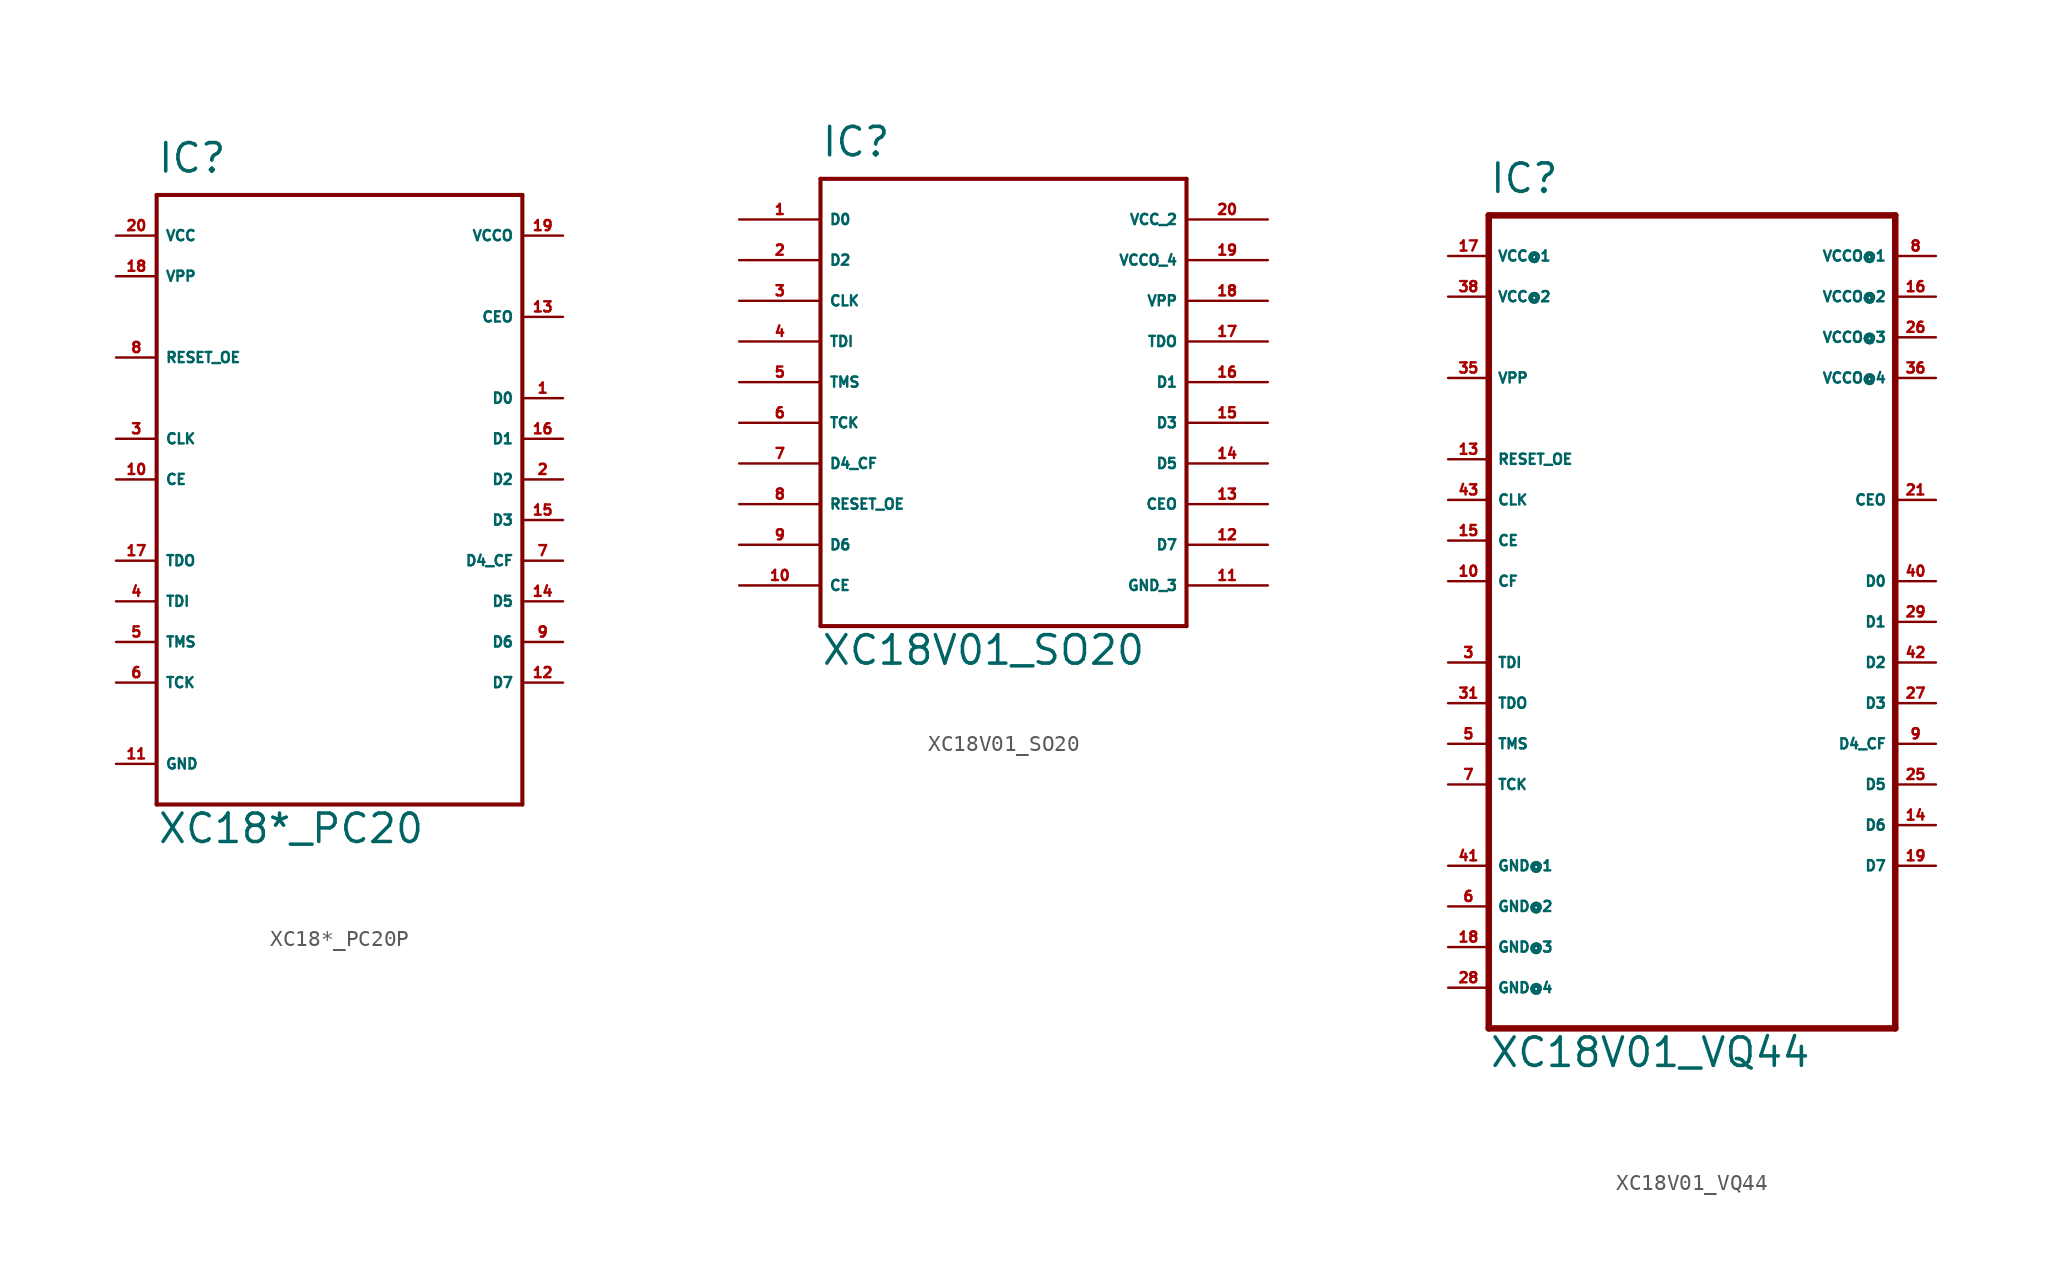
<source format=kicad_sym>
(kicad_symbol_lib
  (version 20220914)
  (generator Eagle2Kicad)
  (symbol "XC18*_PC20P"
    (property "Reference" "IC"
      (at -10.16 19.05 0)
      (effects (font (size 1.778 1.778) (thickness 0.22)) (justify left bottom)))
    (property "Value" "XC18*_PC20"
      (at -10.16 -22.86 0)
      (effects (font (size 1.778 1.778) (thickness 0.22)) (justify left bottom)))
    (polyline
      (pts (xy -10.16 -20.32) (xy 12.7 -20.32))
      (stroke (width 0.254) (type default))
      (fill (type none)))
    (polyline
      (pts (xy 12.7 -20.32) (xy 12.7 17.78))
      (stroke (width 0.254) (type default))
      (fill (type none)))
    (polyline
      (pts (xy 12.7 17.78) (xy -10.16 17.78))
      (stroke (width 0.254) (type default))
      (fill (type none)))
    (polyline
      (pts (xy -10.16 17.78) (xy -10.16 -20.32))
      (stroke (width 0.254) (type default))
      (fill (type none)))
    (pin input line
      (at -12.7 -7.62 0)
      (length 2.54)
      (name "TDI" (effects (font (size 0.635 0.635) (thickness 0.08)) (justify left bottom)))
      (number "4" (effects (font (size 0.635 0.635) (thickness 0.08)) (justify left bottom))))
    (pin input line
      (at -12.7 -10.16 0)
      (length 2.54)
      (name "TMS" (effects (font (size 0.635 0.635) (thickness 0.08)) (justify left bottom)))
      (number "5" (effects (font (size 0.635 0.635) (thickness 0.08)) (justify left bottom))))
    (pin input line
      (at -12.7 -12.7 0)
      (length 2.54)
      (name "TCK" (effects (font (size 0.635 0.635) (thickness 0.08)) (justify left bottom)))
      (number "6" (effects (font (size 0.635 0.635) (thickness 0.08)) (justify left bottom))))
    (pin bidirectional line
      (at 15.24 -5.08 180)
      (length 2.54)
      (name "D4_CF" (effects (font (size 0.635 0.635) (thickness 0.08)) (justify left bottom)))
      (number "7" (effects (font (size 0.635 0.635) (thickness 0.08)) (justify left bottom))))
    (pin bidirectional line
      (at -12.7 7.62 0)
      (length 2.54)
      (name "RESET_OE" (effects (font (size 0.635 0.635) (thickness 0.08)) (justify left bottom)))
      (number "8" (effects (font (size 0.635 0.635) (thickness 0.08)) (justify left bottom))))
    (pin bidirectional line
      (at 15.24 -10.16 180)
      (length 2.54)
      (name "D6" (effects (font (size 0.635 0.635) (thickness 0.08)) (justify left bottom)))
      (number "9" (effects (font (size 0.635 0.635) (thickness 0.08)) (justify left bottom))))
    (pin input line
      (at -12.7 0 0)
      (length 2.54)
      (name "CE" (effects (font (size 0.635 0.635) (thickness 0.08)) (justify left bottom)))
      (number "10" (effects (font (size 0.635 0.635) (thickness 0.08)) (justify left bottom))))
    (pin unspecified line
      (at -12.7 -17.78 0)
      (length 2.54)
      (name "GND" (effects (font (size 0.635 0.635) (thickness 0.08)) (justify left bottom)))
      (number "11" (effects (font (size 0.635 0.635) (thickness 0.08)) (justify left bottom))))
    (pin bidirectional line
      (at 15.24 -12.7 180)
      (length 2.54)
      (name "D7" (effects (font (size 0.635 0.635) (thickness 0.08)) (justify left bottom)))
      (number "12" (effects (font (size 0.635 0.635) (thickness 0.08)) (justify left bottom))))
    (pin output line
      (at 15.24 10.16 180)
      (length 2.54)
      (name "CEO" (effects (font (size 0.635 0.635) (thickness 0.08)) (justify left bottom)))
      (number "13" (effects (font (size 0.635 0.635) (thickness 0.08)) (justify left bottom))))
    (pin bidirectional line
      (at 15.24 -7.62 180)
      (length 2.54)
      (name "D5" (effects (font (size 0.635 0.635) (thickness 0.08)) (justify left bottom)))
      (number "14" (effects (font (size 0.635 0.635) (thickness 0.08)) (justify left bottom))))
    (pin bidirectional line
      (at 15.24 -2.54 180)
      (length 2.54)
      (name "D3" (effects (font (size 0.635 0.635) (thickness 0.08)) (justify left bottom)))
      (number "15" (effects (font (size 0.635 0.635) (thickness 0.08)) (justify left bottom))))
    (pin bidirectional line
      (at 15.24 2.54 180)
      (length 2.54)
      (name "D1" (effects (font (size 0.635 0.635) (thickness 0.08)) (justify left bottom)))
      (number "16" (effects (font (size 0.635 0.635) (thickness 0.08)) (justify left bottom))))
    (pin output line
      (at -12.7 -5.08 0)
      (length 2.54)
      (name "TDO" (effects (font (size 0.635 0.635) (thickness 0.08)) (justify left bottom)))
      (number "17" (effects (font (size 0.635 0.635) (thickness 0.08)) (justify left bottom))))
    (pin passive line
      (at -12.7 12.7 0)
      (length 2.54)
      (name "VPP" (effects (font (size 0.635 0.635) (thickness 0.08)) (justify left bottom)))
      (number "18" (effects (font (size 0.635 0.635) (thickness 0.08)) (justify left bottom))))
    (pin unspecified line
      (at 15.24 15.24 180)
      (length 2.54)
      (name "VCCO" (effects (font (size 0.635 0.635) (thickness 0.08)) (justify left bottom)))
      (number "19" (effects (font (size 0.635 0.635) (thickness 0.08)) (justify left bottom))))
    (pin unspecified line
      (at -12.7 15.24 0)
      (length 2.54)
      (name "VCC" (effects (font (size 0.635 0.635) (thickness 0.08)) (justify left bottom)))
      (number "20" (effects (font (size 0.635 0.635) (thickness 0.08)) (justify left bottom))))
    (pin bidirectional line
      (at 15.24 5.08 180)
      (length 2.54)
      (name "D0" (effects (font (size 0.635 0.635) (thickness 0.08)) (justify left bottom)))
      (number "1" (effects (font (size 0.635 0.635) (thickness 0.08)) (justify left bottom))))
    (pin bidirectional line
      (at 15.24 0 180)
      (length 2.54)
      (name "D2" (effects (font (size 0.635 0.635) (thickness 0.08)) (justify left bottom)))
      (number "2" (effects (font (size 0.635 0.635) (thickness 0.08)) (justify left bottom))))
    (pin input line
      (at -12.7 2.54 0)
      (length 2.54)
      (name "CLK" (effects (font (size 0.635 0.635) (thickness 0.08)) (justify left bottom)))
      (number "3" (effects (font (size 0.635 0.635) (thickness 0.08)) (justify left bottom)))))
  (symbol "XC18V01_SO20"
    (property "Reference" "IC"
      (at -10.16 13.97 0)
      (effects (font (size 1.778 1.778) (thickness 0.22)) (justify left bottom)))
    (property "Value" "XC18V01_SO20"
      (at -10.16 -17.78 0)
      (effects (font (size 1.778 1.778) (thickness 0.22)) (justify left bottom)))
    (polyline
      (pts (xy -10.16 -15.24) (xy 12.7 -15.24))
      (stroke (width 0.254) (type default))
      (fill (type none)))
    (polyline
      (pts (xy 12.7 -15.24) (xy 12.7 12.7))
      (stroke (width 0.254) (type default))
      (fill (type none)))
    (polyline
      (pts (xy 12.7 12.7) (xy -10.16 12.7))
      (stroke (width 0.254) (type default))
      (fill (type none)))
    (polyline
      (pts (xy -10.16 12.7) (xy -10.16 -15.24))
      (stroke (width 0.254) (type default))
      (fill (type none)))
    (pin input line
      (at -15.24 2.54 0)
      (length 5.08)
      (name "TDI" (effects (font (size 0.635 0.635) (thickness 0.08)) (justify left bottom)))
      (number "4" (effects (font (size 0.635 0.635) (thickness 0.08)) (justify left bottom))))
    (pin input line
      (at -15.24 0 0)
      (length 5.08)
      (name "TMS" (effects (font (size 0.635 0.635) (thickness 0.08)) (justify left bottom)))
      (number "5" (effects (font (size 0.635 0.635) (thickness 0.08)) (justify left bottom))))
    (pin input line
      (at -15.24 -2.54 0)
      (length 5.08)
      (name "TCK" (effects (font (size 0.635 0.635) (thickness 0.08)) (justify left bottom)))
      (number "6" (effects (font (size 0.635 0.635) (thickness 0.08)) (justify left bottom))))
    (pin output line
      (at -15.24 -5.08 0)
      (length 5.08)
      (name "D4_CF" (effects (font (size 0.635 0.635) (thickness 0.08)) (justify left bottom)))
      (number "7" (effects (font (size 0.635 0.635) (thickness 0.08)) (justify left bottom))))
    (pin bidirectional line
      (at -15.24 -7.62 0)
      (length 5.08)
      (name "RESET_OE" (effects (font (size 0.635 0.635) (thickness 0.08)) (justify left bottom)))
      (number "8" (effects (font (size 0.635 0.635) (thickness 0.08)) (justify left bottom))))
    (pin output line
      (at -15.24 -10.16 0)
      (length 5.08)
      (name "D6" (effects (font (size 0.635 0.635) (thickness 0.08)) (justify left bottom)))
      (number "9" (effects (font (size 0.635 0.635) (thickness 0.08)) (justify left bottom))))
    (pin input line
      (at -15.24 -12.7 0)
      (length 5.08)
      (name "CE" (effects (font (size 0.635 0.635) (thickness 0.08)) (justify left bottom)))
      (number "10" (effects (font (size 0.635 0.635) (thickness 0.08)) (justify left bottom))))
    (pin passive line
      (at 17.78 -12.7 180)
      (length 5.08)
      (name "GND_3" (effects (font (size 0.635 0.635) (thickness 0.08)) (justify left bottom)))
      (number "11" (effects (font (size 0.635 0.635) (thickness 0.08)) (justify left bottom))))
    (pin output line
      (at 17.78 -10.16 180)
      (length 5.08)
      (name "D7" (effects (font (size 0.635 0.635) (thickness 0.08)) (justify left bottom)))
      (number "12" (effects (font (size 0.635 0.635) (thickness 0.08)) (justify left bottom))))
    (pin output line
      (at 17.78 -7.62 180)
      (length 5.08)
      (name "CEO" (effects (font (size 0.635 0.635) (thickness 0.08)) (justify left bottom)))
      (number "13" (effects (font (size 0.635 0.635) (thickness 0.08)) (justify left bottom))))
    (pin output line
      (at 17.78 -5.08 180)
      (length 5.08)
      (name "D5" (effects (font (size 0.635 0.635) (thickness 0.08)) (justify left bottom)))
      (number "14" (effects (font (size 0.635 0.635) (thickness 0.08)) (justify left bottom))))
    (pin output line
      (at 17.78 -2.54 180)
      (length 5.08)
      (name "D3" (effects (font (size 0.635 0.635) (thickness 0.08)) (justify left bottom)))
      (number "15" (effects (font (size 0.635 0.635) (thickness 0.08)) (justify left bottom))))
    (pin output line
      (at 17.78 0 180)
      (length 5.08)
      (name "D1" (effects (font (size 0.635 0.635) (thickness 0.08)) (justify left bottom)))
      (number "16" (effects (font (size 0.635 0.635) (thickness 0.08)) (justify left bottom))))
    (pin output line
      (at 17.78 2.54 180)
      (length 5.08)
      (name "TDO" (effects (font (size 0.635 0.635) (thickness 0.08)) (justify left bottom)))
      (number "17" (effects (font (size 0.635 0.635) (thickness 0.08)) (justify left bottom))))
    (pin passive line
      (at 17.78 5.08 180)
      (length 5.08)
      (name "VPP" (effects (font (size 0.635 0.635) (thickness 0.08)) (justify left bottom)))
      (number "18" (effects (font (size 0.635 0.635) (thickness 0.08)) (justify left bottom))))
    (pin passive line
      (at 17.78 7.62 180)
      (length 5.08)
      (name "VCCO_4" (effects (font (size 0.635 0.635) (thickness 0.08)) (justify left bottom)))
      (number "19" (effects (font (size 0.635 0.635) (thickness 0.08)) (justify left bottom))))
    (pin passive line
      (at 17.78 10.16 180)
      (length 5.08)
      (name "VCC_2" (effects (font (size 0.635 0.635) (thickness 0.08)) (justify left bottom)))
      (number "20" (effects (font (size 0.635 0.635) (thickness 0.08)) (justify left bottom))))
    (pin output line
      (at -15.24 10.16 0)
      (length 5.08)
      (name "D0" (effects (font (size 0.635 0.635) (thickness 0.08)) (justify left bottom)))
      (number "1" (effects (font (size 0.635 0.635) (thickness 0.08)) (justify left bottom))))
    (pin output line
      (at -15.24 7.62 0)
      (length 5.08)
      (name "D2" (effects (font (size 0.635 0.635) (thickness 0.08)) (justify left bottom)))
      (number "2" (effects (font (size 0.635 0.635) (thickness 0.08)) (justify left bottom))))
    (pin input line
      (at -15.24 5.08 0)
      (length 5.08)
      (name "CLK" (effects (font (size 0.635 0.635) (thickness 0.08)) (justify left bottom)))
      (number "3" (effects (font (size 0.635 0.635) (thickness 0.08)) (justify left bottom)))))
  (symbol "XC18V01_VQ44"
    (property "Reference" "IC"
      (at -12.7 26.67 0)
      (effects (font (size 1.778 1.778) (thickness 0.22)) (justify left bottom)))
    (property "Value" "XC18V01_VQ44"
      (at -12.7 -27.94 0)
      (effects (font (size 1.778 1.778) (thickness 0.22)) (justify left bottom)))
    (polyline
      (pts (xy -12.7 -25.4) (xy 12.7 -25.4))
      (stroke (width 0.406) (type default))
      (fill (type none)))
    (polyline
      (pts (xy 12.7 -25.4) (xy 12.7 25.4))
      (stroke (width 0.406) (type default))
      (fill (type none)))
    (polyline
      (pts (xy 12.7 25.4) (xy -12.7 25.4))
      (stroke (width 0.406) (type default))
      (fill (type none)))
    (polyline
      (pts (xy -12.7 25.4) (xy -12.7 -25.4))
      (stroke (width 0.406) (type default))
      (fill (type none)))
    (pin input line
      (at -15.24 -2.54 0)
      (length 2.54)
      (name "TDI" (effects (font (size 0.635 0.635) (thickness 0.08)) (justify left bottom)))
      (number "3" (effects (font (size 0.635 0.635) (thickness 0.08)) (justify left bottom))))
    (pin input line
      (at -15.24 -7.62 0)
      (length 2.54)
      (name "TMS" (effects (font (size 0.635 0.635) (thickness 0.08)) (justify left bottom)))
      (number "5" (effects (font (size 0.635 0.635) (thickness 0.08)) (justify left bottom))))
    (pin unspecified line
      (at -15.24 -17.78 0)
      (length 2.54)
      (name "GND@2" (effects (font (size 0.635 0.635) (thickness 0.08)) (justify left bottom)))
      (number "6" (effects (font (size 0.635 0.635) (thickness 0.08)) (justify left bottom))))
    (pin input line
      (at -15.24 -10.16 0)
      (length 2.54)
      (name "TCK" (effects (font (size 0.635 0.635) (thickness 0.08)) (justify left bottom)))
      (number "7" (effects (font (size 0.635 0.635) (thickness 0.08)) (justify left bottom))))
    (pin unspecified line
      (at 15.24 22.86 180)
      (length 2.54)
      (name "VCCO@1" (effects (font (size 0.635 0.635) (thickness 0.08)) (justify left bottom)))
      (number "8" (effects (font (size 0.635 0.635) (thickness 0.08)) (justify left bottom))))
    (pin output line
      (at 15.24 -7.62 180)
      (length 2.54)
      (name "D4_CF" (effects (font (size 0.635 0.635) (thickness 0.08)) (justify left bottom)))
      (number "9" (effects (font (size 0.635 0.635) (thickness 0.08)) (justify left bottom))))
    (pin output line
      (at -15.24 2.54 0)
      (length 2.54)
      (name "CF" (effects (font (size 0.635 0.635) (thickness 0.08)) (justify left bottom)))
      (number "10" (effects (font (size 0.635 0.635) (thickness 0.08)) (justify left bottom))))
    (pin bidirectional line
      (at -15.24 10.16 0)
      (length 2.54)
      (name "RESET_OE" (effects (font (size 0.635 0.635) (thickness 0.08)) (justify left bottom)))
      (number "13" (effects (font (size 0.635 0.635) (thickness 0.08)) (justify left bottom))))
    (pin output line
      (at 15.24 -12.7 180)
      (length 2.54)
      (name "D6" (effects (font (size 0.635 0.635) (thickness 0.08)) (justify left bottom)))
      (number "14" (effects (font (size 0.635 0.635) (thickness 0.08)) (justify left bottom))))
    (pin input line
      (at -15.24 5.08 0)
      (length 2.54)
      (name "CE" (effects (font (size 0.635 0.635) (thickness 0.08)) (justify left bottom)))
      (number "15" (effects (font (size 0.635 0.635) (thickness 0.08)) (justify left bottom))))
    (pin unspecified line
      (at 15.24 20.32 180)
      (length 2.54)
      (name "VCCO@2" (effects (font (size 0.635 0.635) (thickness 0.08)) (justify left bottom)))
      (number "16" (effects (font (size 0.635 0.635) (thickness 0.08)) (justify left bottom))))
    (pin unspecified line
      (at -15.24 22.86 0)
      (length 2.54)
      (name "VCC@1" (effects (font (size 0.635 0.635) (thickness 0.08)) (justify left bottom)))
      (number "17" (effects (font (size 0.635 0.635) (thickness 0.08)) (justify left bottom))))
    (pin unspecified line
      (at -15.24 -20.32 0)
      (length 2.54)
      (name "GND@3" (effects (font (size 0.635 0.635) (thickness 0.08)) (justify left bottom)))
      (number "18" (effects (font (size 0.635 0.635) (thickness 0.08)) (justify left bottom))))
    (pin output line
      (at 15.24 -15.24 180)
      (length 2.54)
      (name "D7" (effects (font (size 0.635 0.635) (thickness 0.08)) (justify left bottom)))
      (number "19" (effects (font (size 0.635 0.635) (thickness 0.08)) (justify left bottom))))
    (pin output line
      (at 15.24 7.62 180)
      (length 2.54)
      (name "CEO" (effects (font (size 0.635 0.635) (thickness 0.08)) (justify left bottom)))
      (number "21" (effects (font (size 0.635 0.635) (thickness 0.08)) (justify left bottom))))
    (pin output line
      (at 15.24 -10.16 180)
      (length 2.54)
      (name "D5" (effects (font (size 0.635 0.635) (thickness 0.08)) (justify left bottom)))
      (number "25" (effects (font (size 0.635 0.635) (thickness 0.08)) (justify left bottom))))
    (pin unspecified line
      (at 15.24 17.78 180)
      (length 2.54)
      (name "VCCO@3" (effects (font (size 0.635 0.635) (thickness 0.08)) (justify left bottom)))
      (number "26" (effects (font (size 0.635 0.635) (thickness 0.08)) (justify left bottom))))
    (pin output line
      (at 15.24 -5.08 180)
      (length 2.54)
      (name "D3" (effects (font (size 0.635 0.635) (thickness 0.08)) (justify left bottom)))
      (number "27" (effects (font (size 0.635 0.635) (thickness 0.08)) (justify left bottom))))
    (pin unspecified line
      (at -15.24 -22.86 0)
      (length 2.54)
      (name "GND@4" (effects (font (size 0.635 0.635) (thickness 0.08)) (justify left bottom)))
      (number "28" (effects (font (size 0.635 0.635) (thickness 0.08)) (justify left bottom))))
    (pin output line
      (at 15.24 0 180)
      (length 2.54)
      (name "D1" (effects (font (size 0.635 0.635) (thickness 0.08)) (justify left bottom)))
      (number "29" (effects (font (size 0.635 0.635) (thickness 0.08)) (justify left bottom))))
    (pin output line
      (at -15.24 -5.08 0)
      (length 2.54)
      (name "TDO" (effects (font (size 0.635 0.635) (thickness 0.08)) (justify left bottom)))
      (number "31" (effects (font (size 0.635 0.635) (thickness 0.08)) (justify left bottom))))
    (pin passive line
      (at -15.24 15.24 0)
      (length 2.54)
      (name "VPP" (effects (font (size 0.635 0.635) (thickness 0.08)) (justify left bottom)))
      (number "35" (effects (font (size 0.635 0.635) (thickness 0.08)) (justify left bottom))))
    (pin unspecified line
      (at 15.24 15.24 180)
      (length 2.54)
      (name "VCCO@4" (effects (font (size 0.635 0.635) (thickness 0.08)) (justify left bottom)))
      (number "36" (effects (font (size 0.635 0.635) (thickness 0.08)) (justify left bottom))))
    (pin unspecified line
      (at -15.24 20.32 0)
      (length 2.54)
      (name "VCC@2" (effects (font (size 0.635 0.635) (thickness 0.08)) (justify left bottom)))
      (number "38" (effects (font (size 0.635 0.635) (thickness 0.08)) (justify left bottom))))
    (pin output line
      (at 15.24 2.54 180)
      (length 2.54)
      (name "D0" (effects (font (size 0.635 0.635) (thickness 0.08)) (justify left bottom)))
      (number "40" (effects (font (size 0.635 0.635) (thickness 0.08)) (justify left bottom))))
    (pin unspecified line
      (at -15.24 -15.24 0)
      (length 2.54)
      (name "GND@1" (effects (font (size 0.635 0.635) (thickness 0.08)) (justify left bottom)))
      (number "41" (effects (font (size 0.635 0.635) (thickness 0.08)) (justify left bottom))))
    (pin output line
      (at 15.24 -2.54 180)
      (length 2.54)
      (name "D2" (effects (font (size 0.635 0.635) (thickness 0.08)) (justify left bottom)))
      (number "42" (effects (font (size 0.635 0.635) (thickness 0.08)) (justify left bottom))))
    (pin input line
      (at -15.24 7.62 0)
      (length 2.54)
      (name "CLK" (effects (font (size 0.635 0.635) (thickness 0.08)) (justify left bottom)))
      (number "43" (effects (font (size 0.635 0.635) (thickness 0.08)) (justify left bottom))))))
</source>
